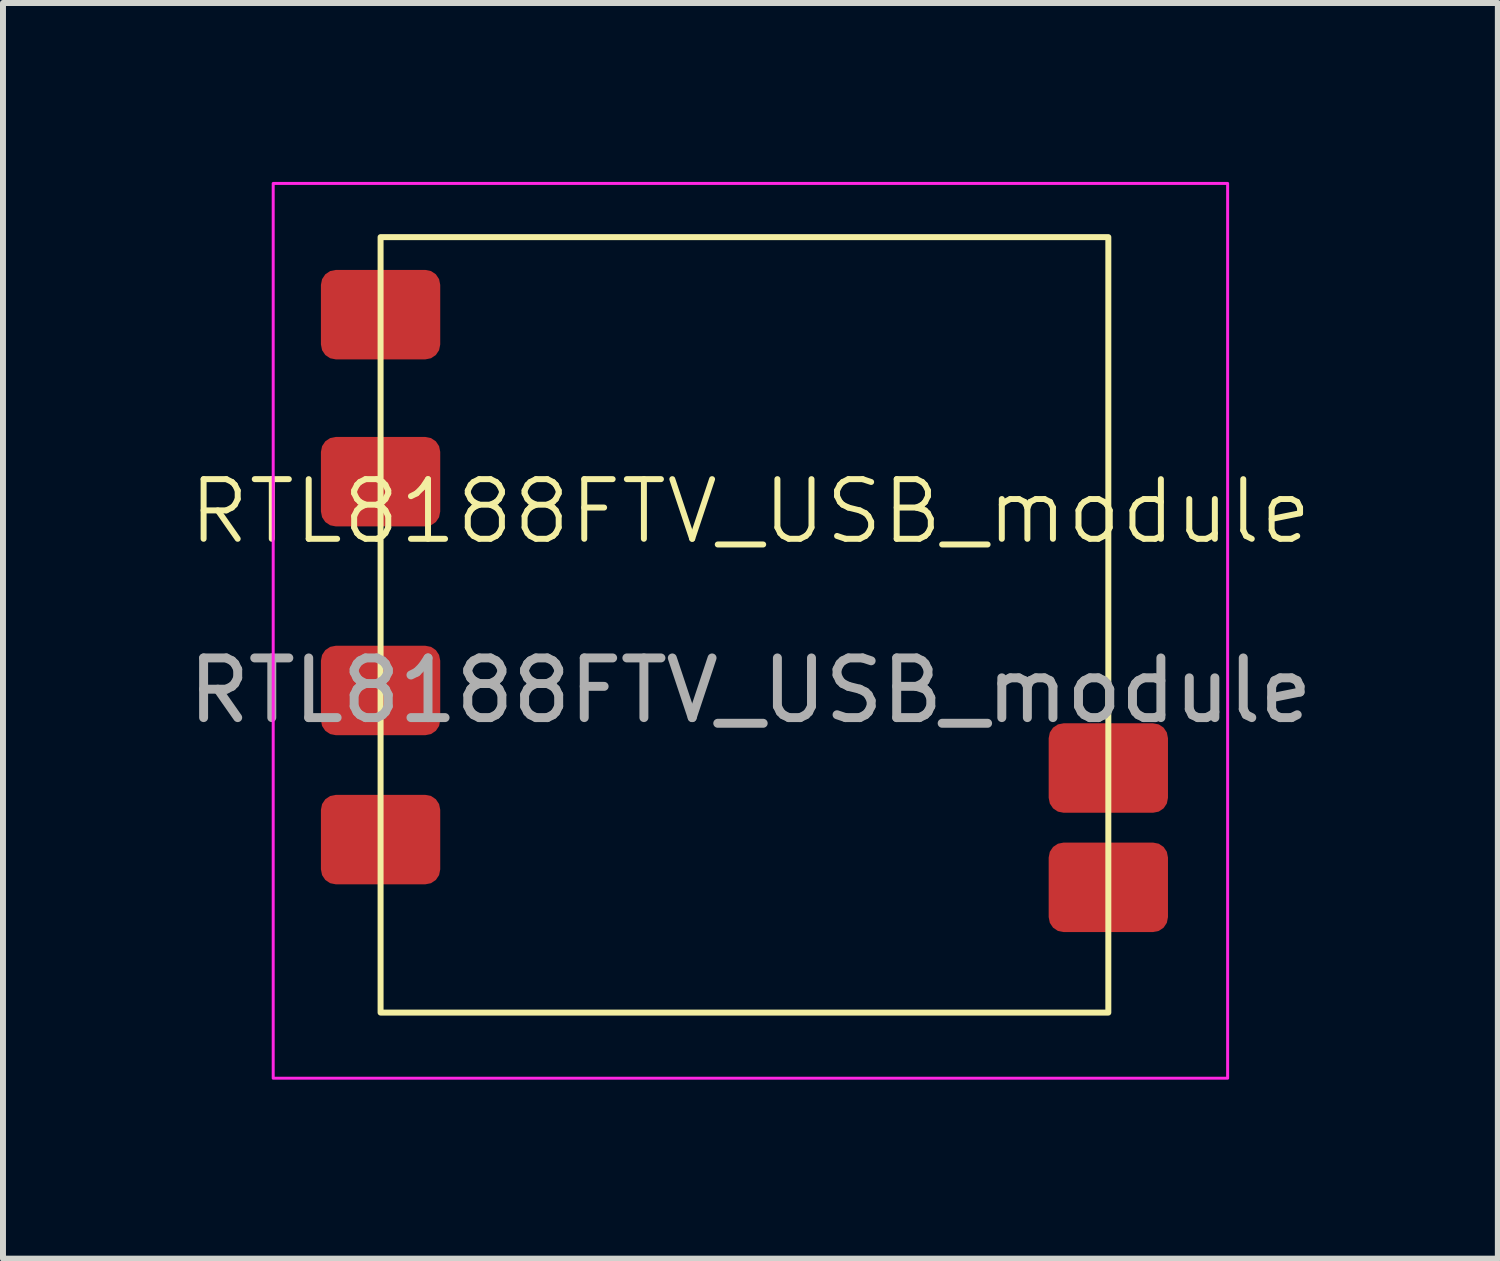
<source format=kicad_pcb>
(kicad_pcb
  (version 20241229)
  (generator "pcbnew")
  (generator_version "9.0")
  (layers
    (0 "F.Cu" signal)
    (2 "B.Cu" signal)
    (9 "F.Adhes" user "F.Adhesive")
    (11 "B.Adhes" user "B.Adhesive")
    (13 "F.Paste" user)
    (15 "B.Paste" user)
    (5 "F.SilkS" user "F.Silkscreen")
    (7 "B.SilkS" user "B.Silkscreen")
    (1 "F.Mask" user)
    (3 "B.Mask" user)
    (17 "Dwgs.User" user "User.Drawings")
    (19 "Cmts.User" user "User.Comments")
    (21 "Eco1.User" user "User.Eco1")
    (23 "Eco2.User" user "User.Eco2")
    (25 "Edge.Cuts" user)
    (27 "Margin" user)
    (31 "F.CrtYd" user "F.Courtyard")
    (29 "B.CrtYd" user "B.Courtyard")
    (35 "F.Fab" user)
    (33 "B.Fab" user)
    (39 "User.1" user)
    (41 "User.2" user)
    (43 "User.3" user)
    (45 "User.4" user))
  (footprint "RTL8188FTV_USB_module"
    (layer "F.Cu")
    (at 9.53 11.025)
    (property "Reference" "RTL8188FTV_USB_module" (at 0 -5.5 0) (unlocked yes) (layer "F.SilkS") (effects (font (size 1 1) (thickness 0.1))))
    (attr smd)
    (fp_rect (start -6.2 2.9) (end 6 -10.1) (stroke (width 0.1) (type default)) (fill no) (layer "F.SilkS"))
    (fp_rect (start -8 -11) (end 8 4) (stroke (width 0.05) (type default)) (fill no) (layer "F.CrtYd"))
    (fp_text user "${REFERENCE}" (at 0 -2.5 0) (unlocked yes) (layer "F.Fab") (effects (font (size 1 1) (thickness 0.15))))
    (pad "1" smd roundrect (at -6.2 -8.8) (size 2 1.5) (layers "F.Cu" "F.Mask" "F.Paste") (roundrect_rratio 0.167))
    (pad "2" smd roundrect (at -6.2 -6) (size 2 1.5) (layers "F.Cu" "F.Mask" "F.Paste") (roundrect_rratio 0.167))
    (pad "3" smd roundrect (at -6.2 -2.5) (size 2 1.5) (layers "F.Cu" "F.Mask" "F.Paste") (roundrect_rratio 0.167))
    (pad "4" smd roundrect (at -6.2 0) (size 2 1.5) (layers "F.Cu" "F.Mask" "F.Paste") (roundrect_rratio 0.167))
    (pad "5" smd roundrect (at 6 0.8) (size 2 1.5) (layers "F.Cu" "F.Mask" "F.Paste") (roundrect_rratio 0.167))
    (pad "6" smd roundrect (at 6 -1.2) (size 2 1.5) (layers "F.Cu" "F.Mask" "F.Paste") (roundrect_rratio 0.167)))
  (gr_rect
    (start -3 -3)
    (end 22.06 18.05)
    (stroke (width 0.1) (type default))
    (fill no)
    (layer "Edge.Cuts")))
</source>
